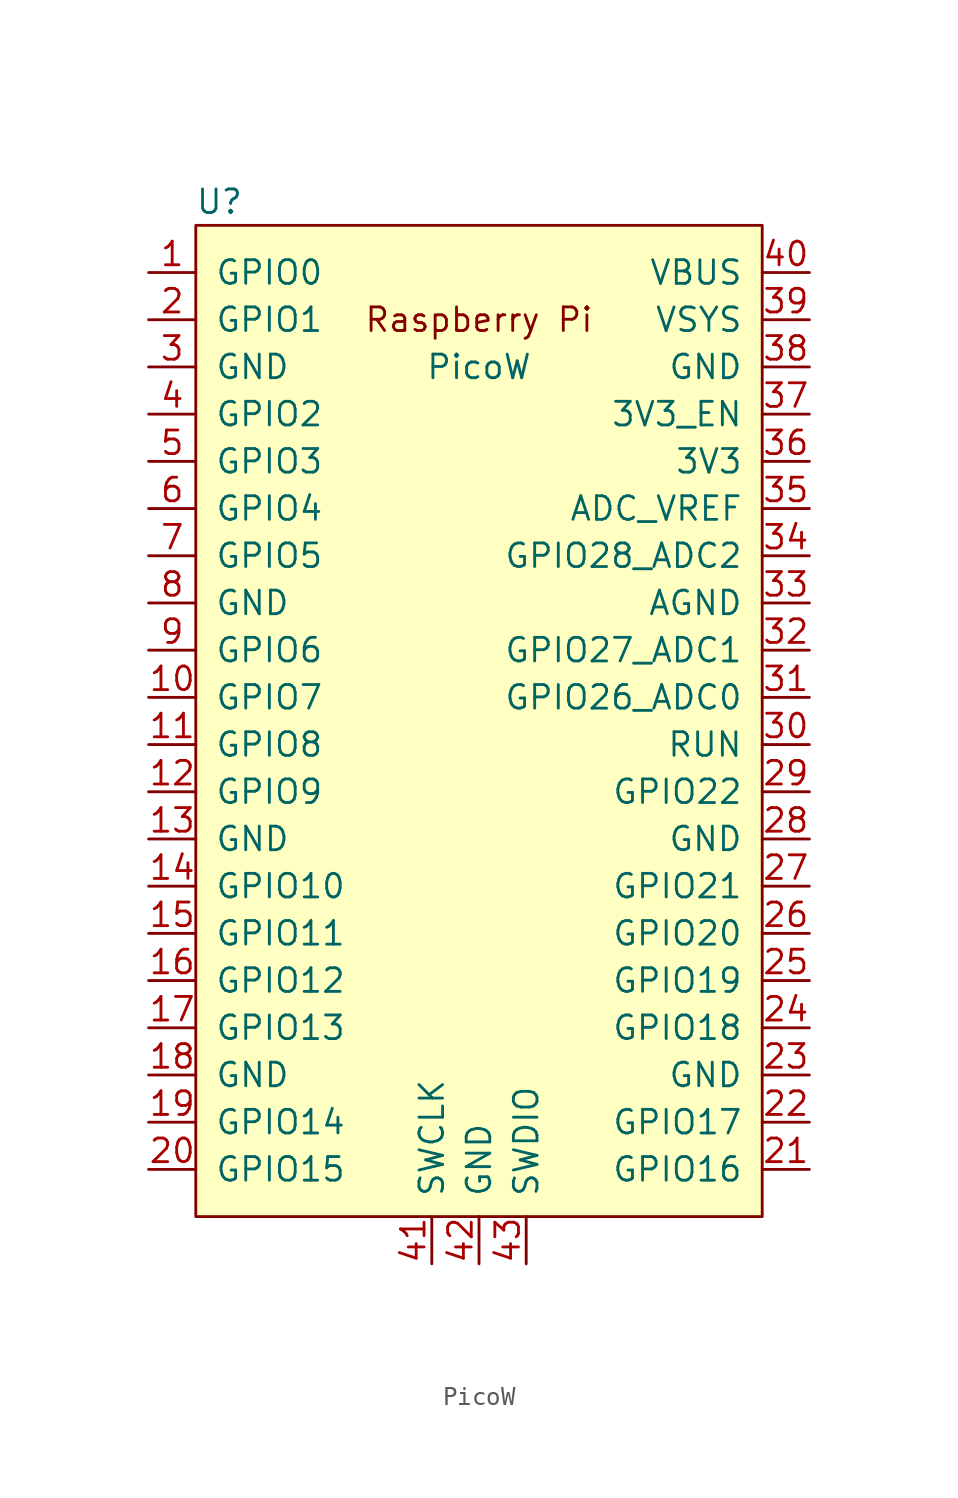
<source format=kicad_sym>
(kicad_symbol_lib
  (version 20220914)
  (generator kicad_symbol_editor)
  (symbol "PicoW"
    (pin_names
      (offset 1.016))
    (property "Reference" "U"
      (at -13.97 27.94 0)
      (effects (font (size 1.27 1.27))))
    (property "Value" "PicoW"
      (at 0 19.05 0)
      (effects (font (size 1.27 1.27))))
    (symbol "PicoW_0_0"
      (text "Raspberry Pi" (at 0 21.59 0) (effects (font (size 1.27 1.27)))))
    (symbol "PicoW_0_1"
      (rectangle (start -15.24 26.67) (end 15.24 -26.67) (stroke (width 0) (type default)) (fill (type background))))
    (symbol "PicoW_1_1"
      (pin bidirectional line (at -17.78 24.13 0) (length 2.54) (name "GPIO0" (effects (font (size 1.27 1.27)))) (number "1" (effects (font (size 1.27 1.27)))))
      (pin bidirectional line (at -17.78 1.27 0) (length 2.54) (name "GPIO7" (effects (font (size 1.27 1.27)))) (number "10" (effects (font (size 1.27 1.27)))))
      (pin bidirectional line (at -17.78 -1.27 0) (length 2.54) (name "GPIO8" (effects (font (size 1.27 1.27)))) (number "11" (effects (font (size 1.27 1.27)))))
      (pin bidirectional line (at -17.78 -3.81 0) (length 2.54) (name "GPIO9" (effects (font (size 1.27 1.27)))) (number "12" (effects (font (size 1.27 1.27)))))
      (pin power_in line (at -17.78 -6.35 0) (length 2.54) (name "GND" (effects (font (size 1.27 1.27)))) (number "13" (effects (font (size 1.27 1.27)))))
      (pin bidirectional line (at -17.78 -8.89 0) (length 2.54) (name "GPIO10" (effects (font (size 1.27 1.27)))) (number "14" (effects (font (size 1.27 1.27)))))
      (pin bidirectional line (at -17.78 -11.43 0) (length 2.54) (name "GPIO11" (effects (font (size 1.27 1.27)))) (number "15" (effects (font (size 1.27 1.27)))))
      (pin bidirectional line (at -17.78 -13.97 0) (length 2.54) (name "GPIO12" (effects (font (size 1.27 1.27)))) (number "16" (effects (font (size 1.27 1.27)))))
      (pin bidirectional line (at -17.78 -16.51 0) (length 2.54) (name "GPIO13" (effects (font (size 1.27 1.27)))) (number "17" (effects (font (size 1.27 1.27)))))
      (pin power_in line (at -17.78 -19.05 0) (length 2.54) (name "GND" (effects (font (size 1.27 1.27)))) (number "18" (effects (font (size 1.27 1.27)))))
      (pin bidirectional line (at -17.78 -21.59 0) (length 2.54) (name "GPIO14" (effects (font (size 1.27 1.27)))) (number "19" (effects (font (size 1.27 1.27)))))
      (pin bidirectional line (at -17.78 21.59 0) (length 2.54) (name "GPIO1" (effects (font (size 1.27 1.27)))) (number "2" (effects (font (size 1.27 1.27)))))
      (pin bidirectional line (at -17.78 -24.13 0) (length 2.54) (name "GPIO15" (effects (font (size 1.27 1.27)))) (number "20" (effects (font (size 1.27 1.27)))))
      (pin bidirectional line (at 17.78 -24.13 180) (length 2.54) (name "GPIO16" (effects (font (size 1.27 1.27)))) (number "21" (effects (font (size 1.27 1.27)))))
      (pin bidirectional line (at 17.78 -21.59 180) (length 2.54) (name "GPIO17" (effects (font (size 1.27 1.27)))) (number "22" (effects (font (size 1.27 1.27)))))
      (pin power_in line (at 17.78 -19.05 180) (length 2.54) (name "GND" (effects (font (size 1.27 1.27)))) (number "23" (effects (font (size 1.27 1.27)))))
      (pin bidirectional line (at 17.78 -16.51 180) (length 2.54) (name "GPIO18" (effects (font (size 1.27 1.27)))) (number "24" (effects (font (size 1.27 1.27)))))
      (pin bidirectional line (at 17.78 -13.97 180) (length 2.54) (name "GPIO19" (effects (font (size 1.27 1.27)))) (number "25" (effects (font (size 1.27 1.27)))))
      (pin bidirectional line (at 17.78 -11.43 180) (length 2.54) (name "GPIO20" (effects (font (size 1.27 1.27)))) (number "26" (effects (font (size 1.27 1.27)))))
      (pin bidirectional line (at 17.78 -8.89 180) (length 2.54) (name "GPIO21" (effects (font (size 1.27 1.27)))) (number "27" (effects (font (size 1.27 1.27)))))
      (pin power_in line (at 17.78 -6.35 180) (length 2.54) (name "GND" (effects (font (size 1.27 1.27)))) (number "28" (effects (font (size 1.27 1.27)))))
      (pin bidirectional line (at 17.78 -3.81 180) (length 2.54) (name "GPIO22" (effects (font (size 1.27 1.27)))) (number "29" (effects (font (size 1.27 1.27)))))
      (pin power_in line (at -17.78 19.05 0) (length 2.54) (name "GND" (effects (font (size 1.27 1.27)))) (number "3" (effects (font (size 1.27 1.27)))))
      (pin input line (at 17.78 -1.27 180) (length 2.54) (name "RUN" (effects (font (size 1.27 1.27)))) (number "30" (effects (font (size 1.27 1.27)))))
      (pin bidirectional line (at 17.78 1.27 180) (length 2.54) (name "GPIO26_ADC0" (effects (font (size 1.27 1.27)))) (number "31" (effects (font (size 1.27 1.27)))))
      (pin bidirectional line (at 17.78 3.81 180) (length 2.54) (name "GPIO27_ADC1" (effects (font (size 1.27 1.27)))) (number "32" (effects (font (size 1.27 1.27)))))
      (pin power_in line (at 17.78 6.35 180) (length 2.54) (name "AGND" (effects (font (size 1.27 1.27)))) (number "33" (effects (font (size 1.27 1.27)))))
      (pin bidirectional line (at 17.78 8.89 180) (length 2.54) (name "GPIO28_ADC2" (effects (font (size 1.27 1.27)))) (number "34" (effects (font (size 1.27 1.27)))))
      (pin power_in line (at 17.78 11.43 180) (length 2.54) (name "ADC_VREF" (effects (font (size 1.27 1.27)))) (number "35" (effects (font (size 1.27 1.27)))))
      (pin power_out line (at 17.78 13.97 180) (length 2.54) (name "3V3" (effects (font (size 1.27 1.27)))) (number "36" (effects (font (size 1.27 1.27)))))
      (pin input line (at 17.78 16.51 180) (length 2.54) (name "3V3_EN" (effects (font (size 1.27 1.27)))) (number "37" (effects (font (size 1.27 1.27)))))
      (pin power_in line (at 17.78 19.05 180) (length 2.54) (name "GND" (effects (font (size 1.27 1.27)))) (number "38" (effects (font (size 1.27 1.27)))))
      (pin power_in line (at 17.78 21.59 180) (length 2.54) (name "VSYS" (effects (font (size 1.27 1.27)))) (number "39" (effects (font (size 1.27 1.27)))))
      (pin bidirectional line (at -17.78 16.51 0) (length 2.54) (name "GPIO2" (effects (font (size 1.27 1.27)))) (number "4" (effects (font (size 1.27 1.27)))))
      (pin power_in line (at 17.78 24.13 180) (length 2.54) (name "VBUS" (effects (font (size 1.27 1.27)))) (number "40" (effects (font (size 1.27 1.27)))))
      (pin input line (at -2.54 -29.21 90) (length 2.54) (name "SWCLK" (effects (font (size 1.27 1.27)))) (number "41" (effects (font (size 1.27 1.27)))))
      (pin power_in line (at 0 -29.21 90) (length 2.54) (name "GND" (effects (font (size 1.27 1.27)))) (number "42" (effects (font (size 1.27 1.27)))))
      (pin bidirectional line (at 2.54 -29.21 90) (length 2.54) (name "SWDIO" (effects (font (size 1.27 1.27)))) (number "43" (effects (font (size 1.27 1.27)))))
      (pin bidirectional line (at -17.78 13.97 0) (length 2.54) (name "GPIO3" (effects (font (size 1.27 1.27)))) (number "5" (effects (font (size 1.27 1.27)))))
      (pin bidirectional line (at -17.78 11.43 0) (length 2.54) (name "GPIO4" (effects (font (size 1.27 1.27)))) (number "6" (effects (font (size 1.27 1.27)))))
      (pin bidirectional line (at -17.78 8.89 0) (length 2.54) (name "GPIO5" (effects (font (size 1.27 1.27)))) (number "7" (effects (font (size 1.27 1.27)))))
      (pin power_in line (at -17.78 6.35 0) (length 2.54) (name "GND" (effects (font (size 1.27 1.27)))) (number "8" (effects (font (size 1.27 1.27)))))
      (pin bidirectional line (at -17.78 3.81 0) (length 2.54) (name "GPIO6" (effects (font (size 1.27 1.27)))) (number "9" (effects (font (size 1.27 1.27))))))))
</source>
